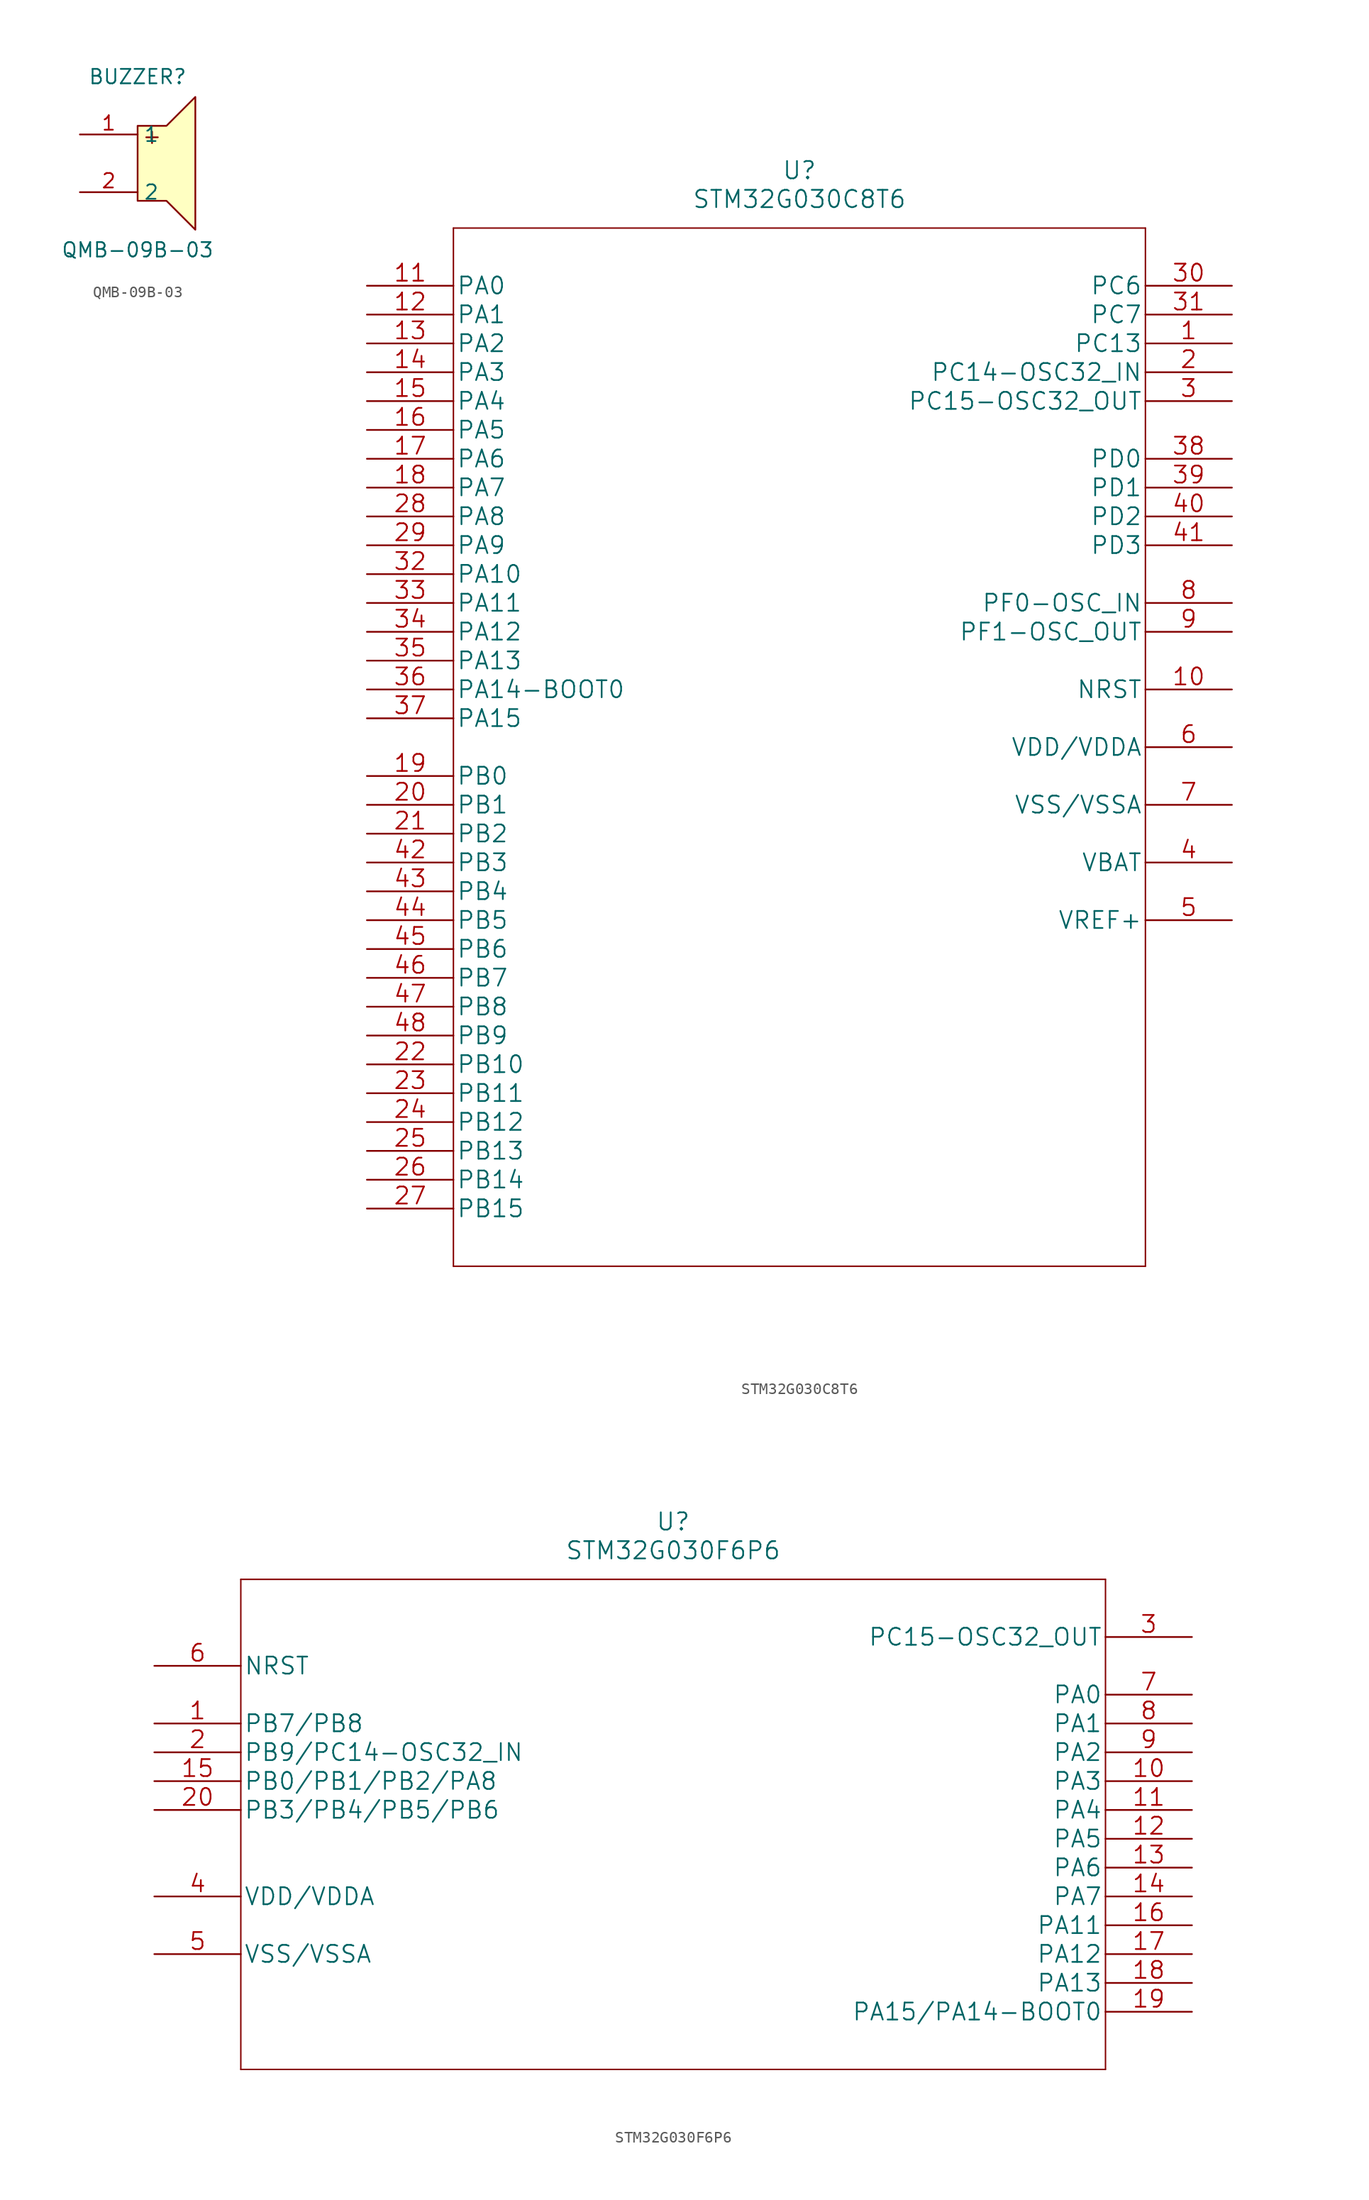
<source format=kicad_sym>
(kicad_symbol_lib
  (version 20231120)
  (generator "kicad_symbol_editor")
  (generator_version "8.0")
  (symbol "QMB-09B-03"
    (property "Reference" "BUZZER"
      (at 0 7.62 0)
      (effects (font (size 1.27 1.27))))
    (property "Value" "QMB-09B-03"
      (at 0 -7.62 0)
      (effects (font (size 1.27 1.27))))
    (symbol "QMB-09B-03_0_1"
      (polyline (pts (xy 0.76 2.29) (xy 1.78 2.29)) (stroke (width 0) (type default)) (fill (type none)))
      (polyline (pts (xy 1.27 2.79) (xy 1.27 1.78)) (stroke (width 0) (type default)) (fill (type none)))
      (polyline (pts (xy 0 1.78) (xy 0 -3.3) (xy 2.54 -3.3) (xy 5.08 -5.84) (xy 5.08 5.84) (xy 2.54 3.3) (xy 0 3.3) (xy 0 1.78)) (stroke (width 0) (type default)) (fill (type background)))
      (pin passive line (at -5.08 2.54 0) (length 5.08) (name "1" (effects (font (size 1.27 1.27)))) (number "1" (effects (font (size 1.27 1.27)))))
      (pin passive line (at -5.08 -2.54 0) (length 5.08) (name "2" (effects (font (size 1.27 1.27)))) (number "2" (effects (font (size 1.27 1.27)))))))
  (symbol "STM32G030C8T6"
    (pin_names
      (offset 0.254))
    (property "Reference" "U"
      (at 38.1 10.16 0)
      (effects (font (size 1.524 1.524))))
    (property "Value" "STM32G030C8T6"
      (at 38.1 7.62 0)
      (effects (font (size 1.524 1.524))))
    (property "Datasheet" ""
      (at 0 0 0)
      (effects (font (size 1.524 1.524))))
    (symbol "STM32G030C8T6_1_1"
      (polyline (pts (xy 7.62 -86.36) (xy 68.58 -86.36)) (stroke (width 0.127) (type default)) (fill (type none)))
      (polyline (pts (xy 7.62 5.08) (xy 7.62 -86.36)) (stroke (width 0.127) (type default)) (fill (type none)))
      (polyline (pts (xy 68.58 -86.36) (xy 68.58 5.08)) (stroke (width 0.127) (type default)) (fill (type none)))
      (polyline (pts (xy 68.58 5.08) (xy 7.62 5.08)) (stroke (width 0.127) (type default)) (fill (type none)))
      (pin bidirectional line (at 76.2 -5.08 180) (length 7.62) (name "PC13" (effects (font (size 1.499 1.499)))) (number "1" (effects (font (size 1.499 1.499)))))
      (pin bidirectional line (at 76.2 -35.56 180) (length 7.62) (name "NRST" (effects (font (size 1.499 1.499)))) (number "10" (effects (font (size 1.499 1.499)))))
      (pin bidirectional line (at 0 0 0) (length 7.62) (name "PA0" (effects (font (size 1.499 1.499)))) (number "11" (effects (font (size 1.499 1.499)))))
      (pin bidirectional line (at 0 -2.54 0) (length 7.62) (name "PA1" (effects (font (size 1.499 1.499)))) (number "12" (effects (font (size 1.499 1.499)))))
      (pin bidirectional line (at 0 -5.08 0) (length 7.62) (name "PA2" (effects (font (size 1.499 1.499)))) (number "13" (effects (font (size 1.499 1.499)))))
      (pin bidirectional line (at 0 -7.62 0) (length 7.62) (name "PA3" (effects (font (size 1.499 1.499)))) (number "14" (effects (font (size 1.499 1.499)))))
      (pin bidirectional line (at 0 -10.16 0) (length 7.62) (name "PA4" (effects (font (size 1.499 1.499)))) (number "15" (effects (font (size 1.499 1.499)))))
      (pin bidirectional line (at 0 -12.7 0) (length 7.62) (name "PA5" (effects (font (size 1.499 1.499)))) (number "16" (effects (font (size 1.499 1.499)))))
      (pin bidirectional line (at 0 -15.24 0) (length 7.62) (name "PA6" (effects (font (size 1.499 1.499)))) (number "17" (effects (font (size 1.499 1.499)))))
      (pin bidirectional line (at 0 -17.78 0) (length 7.62) (name "PA7" (effects (font (size 1.499 1.499)))) (number "18" (effects (font (size 1.499 1.499)))))
      (pin bidirectional line (at 0 -43.18 0) (length 7.62) (name "PB0" (effects (font (size 1.499 1.499)))) (number "19" (effects (font (size 1.499 1.499)))))
      (pin bidirectional line (at 76.2 -7.62 180) (length 7.62) (name "PC14-OSC32_IN" (effects (font (size 1.499 1.499)))) (number "2" (effects (font (size 1.499 1.499)))))
      (pin bidirectional line (at 0 -45.72 0) (length 7.62) (name "PB1" (effects (font (size 1.499 1.499)))) (number "20" (effects (font (size 1.499 1.499)))))
      (pin bidirectional line (at 0 -48.26 0) (length 7.62) (name "PB2" (effects (font (size 1.499 1.499)))) (number "21" (effects (font (size 1.499 1.499)))))
      (pin bidirectional line (at 0 -68.58 0) (length 7.62) (name "PB10" (effects (font (size 1.499 1.499)))) (number "22" (effects (font (size 1.499 1.499)))))
      (pin bidirectional line (at 0 -71.12 0) (length 7.62) (name "PB11" (effects (font (size 1.499 1.499)))) (number "23" (effects (font (size 1.499 1.499)))))
      (pin bidirectional line (at 0 -73.66 0) (length 7.62) (name "PB12" (effects (font (size 1.499 1.499)))) (number "24" (effects (font (size 1.499 1.499)))))
      (pin bidirectional line (at 0 -76.2 0) (length 7.62) (name "PB13" (effects (font (size 1.499 1.499)))) (number "25" (effects (font (size 1.499 1.499)))))
      (pin bidirectional line (at 0 -78.74 0) (length 7.62) (name "PB14" (effects (font (size 1.499 1.499)))) (number "26" (effects (font (size 1.499 1.499)))))
      (pin bidirectional line (at 0 -81.28 0) (length 7.62) (name "PB15" (effects (font (size 1.499 1.499)))) (number "27" (effects (font (size 1.499 1.499)))))
      (pin bidirectional line (at 0 -20.32 0) (length 7.62) (name "PA8" (effects (font (size 1.499 1.499)))) (number "28" (effects (font (size 1.499 1.499)))))
      (pin bidirectional line (at 0 -22.86 0) (length 7.62) (name "PA9" (effects (font (size 1.499 1.499)))) (number "29" (effects (font (size 1.499 1.499)))))
      (pin bidirectional line (at 76.2 -10.16 180) (length 7.62) (name "PC15-OSC32_OUT" (effects (font (size 1.499 1.499)))) (number "3" (effects (font (size 1.499 1.499)))))
      (pin bidirectional line (at 76.2 0 180) (length 7.62) (name "PC6" (effects (font (size 1.499 1.499)))) (number "30" (effects (font (size 1.499 1.499)))))
      (pin bidirectional line (at 76.2 -2.54 180) (length 7.62) (name "PC7" (effects (font (size 1.499 1.499)))) (number "31" (effects (font (size 1.499 1.499)))))
      (pin bidirectional line (at 0 -25.4 0) (length 7.62) (name "PA10" (effects (font (size 1.499 1.499)))) (number "32" (effects (font (size 1.499 1.499)))))
      (pin bidirectional line (at 0 -27.94 0) (length 7.62) (name "PA11" (effects (font (size 1.499 1.499)))) (number "33" (effects (font (size 1.499 1.499)))))
      (pin bidirectional line (at 0 -30.48 0) (length 7.62) (name "PA12" (effects (font (size 1.499 1.499)))) (number "34" (effects (font (size 1.499 1.499)))))
      (pin bidirectional line (at 0 -33.02 0) (length 7.62) (name "PA13" (effects (font (size 1.499 1.499)))) (number "35" (effects (font (size 1.499 1.499)))))
      (pin bidirectional line (at 0 -35.56 0) (length 7.62) (name "PA14-BOOT0" (effects (font (size 1.499 1.499)))) (number "36" (effects (font (size 1.499 1.499)))))
      (pin bidirectional line (at 0 -38.1 0) (length 7.62) (name "PA15" (effects (font (size 1.499 1.499)))) (number "37" (effects (font (size 1.499 1.499)))))
      (pin bidirectional line (at 76.2 -15.24 180) (length 7.62) (name "PD0" (effects (font (size 1.499 1.499)))) (number "38" (effects (font (size 1.499 1.499)))))
      (pin bidirectional line (at 76.2 -17.78 180) (length 7.62) (name "PD1" (effects (font (size 1.499 1.499)))) (number "39" (effects (font (size 1.499 1.499)))))
      (pin power_in line (at 76.2 -50.8 180) (length 7.62) (name "VBAT" (effects (font (size 1.499 1.499)))) (number "4" (effects (font (size 1.499 1.499)))))
      (pin bidirectional line (at 76.2 -20.32 180) (length 7.62) (name "PD2" (effects (font (size 1.499 1.499)))) (number "40" (effects (font (size 1.499 1.499)))))
      (pin bidirectional line (at 76.2 -22.86 180) (length 7.62) (name "PD3" (effects (font (size 1.499 1.499)))) (number "41" (effects (font (size 1.499 1.499)))))
      (pin bidirectional line (at 0 -50.8 0) (length 7.62) (name "PB3" (effects (font (size 1.499 1.499)))) (number "42" (effects (font (size 1.499 1.499)))))
      (pin bidirectional line (at 0 -53.34 0) (length 7.62) (name "PB4" (effects (font (size 1.499 1.499)))) (number "43" (effects (font (size 1.499 1.499)))))
      (pin bidirectional line (at 0 -55.88 0) (length 7.62) (name "PB5" (effects (font (size 1.499 1.499)))) (number "44" (effects (font (size 1.499 1.499)))))
      (pin bidirectional line (at 0 -58.42 0) (length 7.62) (name "PB6" (effects (font (size 1.499 1.499)))) (number "45" (effects (font (size 1.499 1.499)))))
      (pin bidirectional line (at 0 -60.96 0) (length 7.62) (name "PB7" (effects (font (size 1.499 1.499)))) (number "46" (effects (font (size 1.499 1.499)))))
      (pin bidirectional line (at 0 -63.5 0) (length 7.62) (name "PB8" (effects (font (size 1.499 1.499)))) (number "47" (effects (font (size 1.499 1.499)))))
      (pin bidirectional line (at 0 -66.04 0) (length 7.62) (name "PB9" (effects (font (size 1.499 1.499)))) (number "48" (effects (font (size 1.499 1.499)))))
      (pin power_in line (at 76.2 -55.88 180) (length 7.62) (name "VREF+" (effects (font (size 1.499 1.499)))) (number "5" (effects (font (size 1.499 1.499)))))
      (pin power_in line (at 76.2 -40.64 180) (length 7.62) (name "VDD/VDDA" (effects (font (size 1.499 1.499)))) (number "6" (effects (font (size 1.499 1.499)))))
      (pin power_in line (at 76.2 -45.72 180) (length 7.62) (name "VSS/VSSA" (effects (font (size 1.499 1.499)))) (number "7" (effects (font (size 1.499 1.499)))))
      (pin bidirectional line (at 76.2 -27.94 180) (length 7.62) (name "PF0-OSC_IN" (effects (font (size 1.499 1.499)))) (number "8" (effects (font (size 1.499 1.499)))))
      (pin bidirectional line (at 76.2 -30.48 180) (length 7.62) (name "PF1-OSC_OUT" (effects (font (size 1.499 1.499)))) (number "9" (effects (font (size 1.499 1.499)))))))
  (symbol "STM32G030F6P6"
    (pin_names
      (offset 0.254))
    (property "Reference" "U"
      (at 45.72 12.7 0)
      (effects (font (size 1.524 1.524))))
    (property "Value" "STM32G030F6P6"
      (at 45.72 10.16 0)
      (effects (font (size 1.524 1.524))))
    (property "Datasheet" ""
      (at 0 0 0)
      (effects (font (size 1.524 1.524))))
    (symbol "STM32G030F6P6_1_1"
      (polyline (pts (xy 7.62 -35.56) (xy 83.82 -35.56)) (stroke (width 0.127) (type default)) (fill (type none)))
      (polyline (pts (xy 7.62 7.62) (xy 7.62 -35.56)) (stroke (width 0.127) (type default)) (fill (type none)))
      (polyline (pts (xy 83.82 -35.56) (xy 83.82 7.62)) (stroke (width 0.127) (type default)) (fill (type none)))
      (polyline (pts (xy 83.82 7.62) (xy 7.62 7.62)) (stroke (width 0.127) (type default)) (fill (type none)))
      (pin bidirectional line (at 0 -5.08 0) (length 7.62) (name "PB7/PB8" (effects (font (size 1.499 1.499)))) (number "1" (effects (font (size 1.499 1.499)))))
      (pin bidirectional line (at 91.44 -10.16 180) (length 7.62) (name "PA3" (effects (font (size 1.499 1.499)))) (number "10" (effects (font (size 1.499 1.499)))))
      (pin bidirectional line (at 91.44 -12.7 180) (length 7.62) (name "PA4" (effects (font (size 1.499 1.499)))) (number "11" (effects (font (size 1.499 1.499)))))
      (pin bidirectional line (at 91.44 -15.24 180) (length 7.62) (name "PA5" (effects (font (size 1.499 1.499)))) (number "12" (effects (font (size 1.499 1.499)))))
      (pin bidirectional line (at 91.44 -17.78 180) (length 7.62) (name "PA6" (effects (font (size 1.499 1.499)))) (number "13" (effects (font (size 1.499 1.499)))))
      (pin bidirectional line (at 91.44 -20.32 180) (length 7.62) (name "PA7" (effects (font (size 1.499 1.499)))) (number "14" (effects (font (size 1.499 1.499)))))
      (pin bidirectional line (at 0 -10.16 0) (length 7.62) (name "PB0/PB1/PB2/PA8" (effects (font (size 1.499 1.499)))) (number "15" (effects (font (size 1.499 1.499)))))
      (pin bidirectional line (at 91.44 -22.86 180) (length 7.62) (name "PA11" (effects (font (size 1.499 1.499)))) (number "16" (effects (font (size 1.499 1.499)))))
      (pin bidirectional line (at 91.44 -25.4 180) (length 7.62) (name "PA12" (effects (font (size 1.499 1.499)))) (number "17" (effects (font (size 1.499 1.499)))))
      (pin bidirectional line (at 91.44 -27.94 180) (length 7.62) (name "PA13" (effects (font (size 1.499 1.499)))) (number "18" (effects (font (size 1.499 1.499)))))
      (pin bidirectional line (at 91.44 -30.48 180) (length 7.62) (name "PA15/PA14-BOOT0" (effects (font (size 1.499 1.499)))) (number "19" (effects (font (size 1.499 1.499)))))
      (pin bidirectional line (at 0 -7.62 0) (length 7.62) (name "PB9/PC14-OSC32_IN" (effects (font (size 1.499 1.499)))) (number "2" (effects (font (size 1.499 1.499)))))
      (pin bidirectional line (at 0 -12.7 0) (length 7.62) (name "PB3/PB4/PB5/PB6" (effects (font (size 1.499 1.499)))) (number "20" (effects (font (size 1.499 1.499)))))
      (pin bidirectional line (at 91.44 2.54 180) (length 7.62) (name "PC15-OSC32_OUT" (effects (font (size 1.499 1.499)))) (number "3" (effects (font (size 1.499 1.499)))))
      (pin power_in line (at 0 -20.32 0) (length 7.62) (name "VDD/VDDA" (effects (font (size 1.499 1.499)))) (number "4" (effects (font (size 1.499 1.499)))))
      (pin power_in line (at 0 -25.4 0) (length 7.62) (name "VSS/VSSA" (effects (font (size 1.499 1.499)))) (number "5" (effects (font (size 1.499 1.499)))))
      (pin bidirectional line (at 0 0 0) (length 7.62) (name "NRST" (effects (font (size 1.499 1.499)))) (number "6" (effects (font (size 1.499 1.499)))))
      (pin bidirectional line (at 91.44 -2.54 180) (length 7.62) (name "PA0" (effects (font (size 1.499 1.499)))) (number "7" (effects (font (size 1.499 1.499)))))
      (pin bidirectional line (at 91.44 -5.08 180) (length 7.62) (name "PA1" (effects (font (size 1.499 1.499)))) (number "8" (effects (font (size 1.499 1.499)))))
      (pin bidirectional line (at 91.44 -7.62 180) (length 7.62) (name "PA2" (effects (font (size 1.499 1.499)))) (number "9" (effects (font (size 1.499 1.499))))))))
</source>
